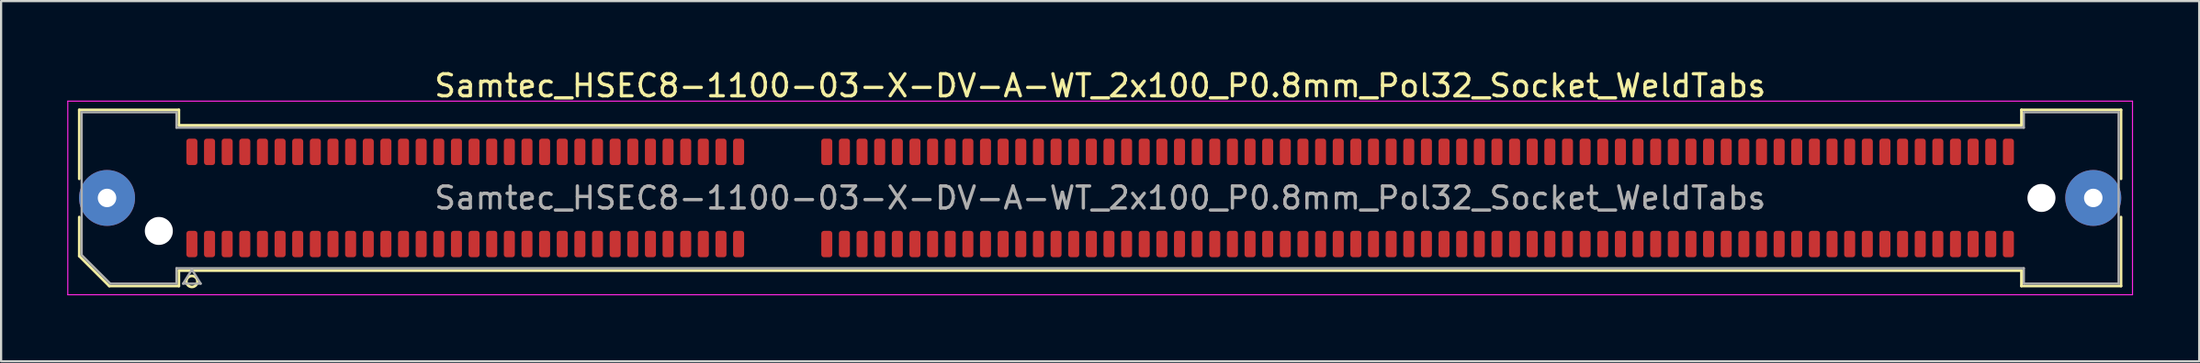
<source format=kicad_pcb>
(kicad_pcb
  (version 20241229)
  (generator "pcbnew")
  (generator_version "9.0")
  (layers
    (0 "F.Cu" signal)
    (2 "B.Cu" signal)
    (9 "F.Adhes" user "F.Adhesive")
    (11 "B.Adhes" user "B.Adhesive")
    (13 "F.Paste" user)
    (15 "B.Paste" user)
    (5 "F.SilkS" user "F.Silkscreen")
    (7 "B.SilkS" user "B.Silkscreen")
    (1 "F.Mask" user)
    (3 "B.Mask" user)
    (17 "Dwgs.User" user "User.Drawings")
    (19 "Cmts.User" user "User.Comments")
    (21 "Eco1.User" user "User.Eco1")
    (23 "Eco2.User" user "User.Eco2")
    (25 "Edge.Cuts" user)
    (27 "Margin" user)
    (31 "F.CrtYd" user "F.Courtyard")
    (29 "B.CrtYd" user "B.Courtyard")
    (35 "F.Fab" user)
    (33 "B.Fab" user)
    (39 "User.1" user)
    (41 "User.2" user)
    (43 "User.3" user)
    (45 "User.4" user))
  (footprint "Samtec_HSEC8-1100-03-X-DV-A-WT_2x100_P0.8mm_Pol32_Socket_WeldTabs"
    (layer "F.Cu")
    (at 46.855 5.948)
    (property "Reference" "Samtec_HSEC8-1100-03-X-DV-A-WT_2x100_P0.8mm_Pol32_Socket_WeldTabs" (at 0 -5.1 0) (layer "F.SilkS") (effects (font (size 1 1) (thickness 0.15))))
    (attr smd)
    (fp_line (start -46.31 -4.005) (end -41.79 -4.005) (stroke (width 0.12) (type solid)) (layer "F.SilkS"))
    (fp_line (start -46.31 -0.868) (end -46.31 -4.005) (stroke (width 0.12) (type solid)) (layer "F.SilkS"))
    (fp_line (start -46.31 2.641) (end -46.31 0.868) (stroke (width 0.12) (type solid)) (layer "F.SilkS"))
    (fp_line (start -44.946 4.005) (end -46.31 2.641) (stroke (width 0.12) (type solid)) (layer "F.SilkS"))
    (fp_line (start -41.79 -4.005) (end -41.79 -3.305) (stroke (width 0.12) (type solid)) (layer "F.SilkS"))
    (fp_line (start -41.79 -3.305) (end 41.79 -3.305) (stroke (width 0.12) (type solid)) (layer "F.SilkS"))
    (fp_line (start -41.79 3.305) (end -41.79 4.005) (stroke (width 0.12) (type solid)) (layer "F.SilkS"))
    (fp_line (start -41.79 4.005) (end -44.946 4.005) (stroke (width 0.12) (type solid)) (layer "F.SilkS"))
    (fp_line (start 41.79 -4.005) (end 46.31 -4.005) (stroke (width 0.12) (type solid)) (layer "F.SilkS"))
    (fp_line (start 41.79 -3.305) (end 41.79 -4.005) (stroke (width 0.12) (type solid)) (layer "F.SilkS"))
    (fp_line (start 41.79 3.305) (end -41.79 3.305) (stroke (width 0.12) (type solid)) (layer "F.SilkS"))
    (fp_line (start 41.79 4.005) (end 41.79 3.305) (stroke (width 0.12) (type solid)) (layer "F.SilkS"))
    (fp_line (start 46.31 -4.005) (end 46.31 -0.868) (stroke (width 0.12) (type solid)) (layer "F.SilkS"))
    (fp_line (start 46.31 0.868) (end 46.31 4.005) (stroke (width 0.12) (type solid)) (layer "F.SilkS"))
    (fp_line (start 46.31 4.005) (end 41.79 4.005) (stroke (width 0.12) (type solid)) (layer "F.SilkS"))
    (fp_arc (start -40.95 3.795) (mid -41.45 3.795) (end -40.95 3.795) (stroke (width 0.12) (type solid)) (layer "F.SilkS"))
    (fp_line (start -46.83 -4.4) (end -46.83 4.4) (stroke (width 0.05) (type solid)) (layer "F.CrtYd"))
    (fp_line (start -46.83 4.4) (end 46.83 4.4) (stroke (width 0.05) (type solid)) (layer "F.CrtYd"))
    (fp_line (start 46.83 -4.4) (end -46.83 -4.4) (stroke (width 0.05) (type solid)) (layer "F.CrtYd"))
    (fp_line (start 46.83 4.4) (end 46.83 -4.4) (stroke (width 0.05) (type solid)) (layer "F.CrtYd"))
    (fp_line (start -46.2 -3.895) (end -41.9 -3.895) (stroke (width 0.1) (type solid)) (layer "F.Fab"))
    (fp_line (start -46.2 2.595) (end -46.2 -3.895) (stroke (width 0.1) (type solid)) (layer "F.Fab"))
    (fp_line (start -44.9 3.895) (end -46.2 2.595) (stroke (width 0.1) (type solid)) (layer "F.Fab"))
    (fp_line (start -41.9 -3.895) (end -41.9 -3.195) (stroke (width 0.1) (type solid)) (layer "F.Fab"))
    (fp_line (start -41.9 -3.195) (end 41.9 -3.195) (stroke (width 0.1) (type solid)) (layer "F.Fab"))
    (fp_line (start -41.9 3.195) (end -41.9 3.895) (stroke (width 0.1) (type solid)) (layer "F.Fab"))
    (fp_line (start -41.9 3.895) (end -44.9 3.895) (stroke (width 0.1) (type solid)) (layer "F.Fab"))
    (fp_line (start -41.6 3.895) (end -41.2 3.255) (stroke (width 0.1) (type solid)) (layer "F.Fab"))
    (fp_line (start -41.2 3.255) (end -40.8 3.895) (stroke (width 0.1) (type solid)) (layer "F.Fab"))
    (fp_line (start -40.8 3.895) (end -41.6 3.895) (stroke (width 0.1) (type solid)) (layer "F.Fab"))
    (fp_line (start 41.9 -3.895) (end 46.2 -3.895) (stroke (width 0.1) (type solid)) (layer "F.Fab"))
    (fp_line (start 41.9 -3.195) (end 41.9 -3.895) (stroke (width 0.1) (type solid)) (layer "F.Fab"))
    (fp_line (start 41.9 3.195) (end -41.9 3.195) (stroke (width 0.1) (type solid)) (layer "F.Fab"))
    (fp_line (start 41.9 3.895) (end 41.9 3.195) (stroke (width 0.1) (type solid)) (layer "F.Fab"))
    (fp_line (start 46.2 -3.895) (end 46.2 3.895) (stroke (width 0.1) (type solid)) (layer "F.Fab"))
    (fp_line (start 46.2 3.895) (end 41.9 3.895) (stroke (width 0.1) (type solid)) (layer "F.Fab"))
    (fp_text user "${REFERENCE}" (at 0 0 0) (layer "F.Fab") (effects (font (size 1 1) (thickness 0.15))))
    (pad "" thru_hole circle (at -45.05 0) (size 2.54 2.54) (drill 0.84) (layers "*.Cu" "*.Mask" "F.Paste"))
    (pad "" np_thru_hole circle (at -42.7 1.5) (size 1.27 1.27) (drill 1.27) (layers "*.Cu" "*.Mask"))
    (pad "" np_thru_hole circle (at 42.7 0) (size 1.27 1.27) (drill 1.27) (layers "*.Cu" "*.Mask"))
    (pad "" thru_hole circle (at 45.05 0) (size 2.54 2.54) (drill 0.84) (layers "*.Cu" "*.Mask" "F.Paste"))
    (pad "1" smd roundrect (at -41.2 2.095) (size 0.5 1.2) (layers "F.Cu" "F.Mask" "F.Paste") (roundrect_rratio 0.25))
    (pad "2" smd roundrect (at -41.2 -2.095) (size 0.5 1.2) (layers "F.Cu" "F.Mask" "F.Paste") (roundrect_rratio 0.25))
    (pad "3" smd roundrect (at -40.4 2.095) (size 0.5 1.2) (layers "F.Cu" "F.Mask" "F.Paste") (roundrect_rratio 0.25))
    (pad "4" smd roundrect (at -40.4 -2.095) (size 0.5 1.2) (layers "F.Cu" "F.Mask" "F.Paste") (roundrect_rratio 0.25))
    (pad "5" smd roundrect (at -39.6 2.095) (size 0.5 1.2) (layers "F.Cu" "F.Mask" "F.Paste") (roundrect_rratio 0.25))
    (pad "6" smd roundrect (at -39.6 -2.095) (size 0.5 1.2) (layers "F.Cu" "F.Mask" "F.Paste") (roundrect_rratio 0.25))
    (pad "7" smd roundrect (at -38.8 2.095) (size 0.5 1.2) (layers "F.Cu" "F.Mask" "F.Paste") (roundrect_rratio 0.25))
    (pad "8" smd roundrect (at -38.8 -2.095) (size 0.5 1.2) (layers "F.Cu" "F.Mask" "F.Paste") (roundrect_rratio 0.25))
    (pad "9" smd roundrect (at -38 2.095) (size 0.5 1.2) (layers "F.Cu" "F.Mask" "F.Paste") (roundrect_rratio 0.25))
    (pad "10" smd roundrect (at -38 -2.095) (size 0.5 1.2) (layers "F.Cu" "F.Mask" "F.Paste") (roundrect_rratio 0.25))
    (pad "11" smd roundrect (at -37.2 2.095) (size 0.5 1.2) (layers "F.Cu" "F.Mask" "F.Paste") (roundrect_rratio 0.25))
    (pad "12" smd roundrect (at -37.2 -2.095) (size 0.5 1.2) (layers "F.Cu" "F.Mask" "F.Paste") (roundrect_rratio 0.25))
    (pad "13" smd roundrect (at -36.4 2.095) (size 0.5 1.2) (layers "F.Cu" "F.Mask" "F.Paste") (roundrect_rratio 0.25))
    (pad "14" smd roundrect (at -36.4 -2.095) (size 0.5 1.2) (layers "F.Cu" "F.Mask" "F.Paste") (roundrect_rratio 0.25))
    (pad "15" smd roundrect (at -35.6 2.095) (size 0.5 1.2) (layers "F.Cu" "F.Mask" "F.Paste") (roundrect_rratio 0.25))
    (pad "16" smd roundrect (at -35.6 -2.095) (size 0.5 1.2) (layers "F.Cu" "F.Mask" "F.Paste") (roundrect_rratio 0.25))
    (pad "17" smd roundrect (at -34.8 2.095) (size 0.5 1.2) (layers "F.Cu" "F.Mask" "F.Paste") (roundrect_rratio 0.25))
    (pad "18" smd roundrect (at -34.8 -2.095) (size 0.5 1.2) (layers "F.Cu" "F.Mask" "F.Paste") (roundrect_rratio 0.25))
    (pad "19" smd roundrect (at -34 2.095) (size 0.5 1.2) (layers "F.Cu" "F.Mask" "F.Paste") (roundrect_rratio 0.25))
    (pad "20" smd roundrect (at -34 -2.095) (size 0.5 1.2) (layers "F.Cu" "F.Mask" "F.Paste") (roundrect_rratio 0.25))
    (pad "21" smd roundrect (at -33.2 2.095) (size 0.5 1.2) (layers "F.Cu" "F.Mask" "F.Paste") (roundrect_rratio 0.25))
    (pad "22" smd roundrect (at -33.2 -2.095) (size 0.5 1.2) (layers "F.Cu" "F.Mask" "F.Paste") (roundrect_rratio 0.25))
    (pad "23" smd roundrect (at -32.4 2.095) (size 0.5 1.2) (layers "F.Cu" "F.Mask" "F.Paste") (roundrect_rratio 0.25))
    (pad "24" smd roundrect (at -32.4 -2.095) (size 0.5 1.2) (layers "F.Cu" "F.Mask" "F.Paste") (roundrect_rratio 0.25))
    (pad "25" smd roundrect (at -31.6 2.095) (size 0.5 1.2) (layers "F.Cu" "F.Mask" "F.Paste") (roundrect_rratio 0.25))
    (pad "26" smd roundrect (at -31.6 -2.095) (size 0.5 1.2) (layers "F.Cu" "F.Mask" "F.Paste") (roundrect_rratio 0.25))
    (pad "27" smd roundrect (at -30.8 2.095) (size 0.5 1.2) (layers "F.Cu" "F.Mask" "F.Paste") (roundrect_rratio 0.25))
    (pad "28" smd roundrect (at -30.8 -2.095) (size 0.5 1.2) (layers "F.Cu" "F.Mask" "F.Paste") (roundrect_rratio 0.25))
    (pad "29" smd roundrect (at -30 2.095) (size 0.5 1.2) (layers "F.Cu" "F.Mask" "F.Paste") (roundrect_rratio 0.25))
    (pad "30" smd roundrect (at -30 -2.095) (size 0.5 1.2) (layers "F.Cu" "F.Mask" "F.Paste") (roundrect_rratio 0.25))
    (pad "31" smd roundrect (at -29.2 2.095) (size 0.5 1.2) (layers "F.Cu" "F.Mask" "F.Paste") (roundrect_rratio 0.25))
    (pad "32" smd roundrect (at -29.2 -2.095) (size 0.5 1.2) (layers "F.Cu" "F.Mask" "F.Paste") (roundrect_rratio 0.25))
    (pad "33" smd roundrect (at -28.4 2.095) (size 0.5 1.2) (layers "F.Cu" "F.Mask" "F.Paste") (roundrect_rratio 0.25))
    (pad "34" smd roundrect (at -28.4 -2.095) (size 0.5 1.2) (layers "F.Cu" "F.Mask" "F.Paste") (roundrect_rratio 0.25))
    (pad "35" smd roundrect (at -27.6 2.095) (size 0.5 1.2) (layers "F.Cu" "F.Mask" "F.Paste") (roundrect_rratio 0.25))
    (pad "36" smd roundrect (at -27.6 -2.095) (size 0.5 1.2) (layers "F.Cu" "F.Mask" "F.Paste") (roundrect_rratio 0.25))
    (pad "37" smd roundrect (at -26.8 2.095) (size 0.5 1.2) (layers "F.Cu" "F.Mask" "F.Paste") (roundrect_rratio 0.25))
    (pad "38" smd roundrect (at -26.8 -2.095) (size 0.5 1.2) (layers "F.Cu" "F.Mask" "F.Paste") (roundrect_rratio 0.25))
    (pad "39" smd roundrect (at -26 2.095) (size 0.5 1.2) (layers "F.Cu" "F.Mask" "F.Paste") (roundrect_rratio 0.25))
    (pad "40" smd roundrect (at -26 -2.095) (size 0.5 1.2) (layers "F.Cu" "F.Mask" "F.Paste") (roundrect_rratio 0.25))
    (pad "41" smd roundrect (at -25.2 2.095) (size 0.5 1.2) (layers "F.Cu" "F.Mask" "F.Paste") (roundrect_rratio 0.25))
    (pad "42" smd roundrect (at -25.2 -2.095) (size 0.5 1.2) (layers "F.Cu" "F.Mask" "F.Paste") (roundrect_rratio 0.25))
    (pad "43" smd roundrect (at -24.4 2.095) (size 0.5 1.2) (layers "F.Cu" "F.Mask" "F.Paste") (roundrect_rratio 0.25))
    (pad "44" smd roundrect (at -24.4 -2.095) (size 0.5 1.2) (layers "F.Cu" "F.Mask" "F.Paste") (roundrect_rratio 0.25))
    (pad "45" smd roundrect (at -23.6 2.095) (size 0.5 1.2) (layers "F.Cu" "F.Mask" "F.Paste") (roundrect_rratio 0.25))
    (pad "46" smd roundrect (at -23.6 -2.095) (size 0.5 1.2) (layers "F.Cu" "F.Mask" "F.Paste") (roundrect_rratio 0.25))
    (pad "47" smd roundrect (at -22.8 2.095) (size 0.5 1.2) (layers "F.Cu" "F.Mask" "F.Paste") (roundrect_rratio 0.25))
    (pad "48" smd roundrect (at -22.8 -2.095) (size 0.5 1.2) (layers "F.Cu" "F.Mask" "F.Paste") (roundrect_rratio 0.25))
    (pad "49" smd roundrect (at -22 2.095) (size 0.5 1.2) (layers "F.Cu" "F.Mask" "F.Paste") (roundrect_rratio 0.25))
    (pad "50" smd roundrect (at -22 -2.095) (size 0.5 1.2) (layers "F.Cu" "F.Mask" "F.Paste") (roundrect_rratio 0.25))
    (pad "51" smd roundrect (at -21.2 2.095) (size 0.5 1.2) (layers "F.Cu" "F.Mask" "F.Paste") (roundrect_rratio 0.25))
    (pad "52" smd roundrect (at -21.2 -2.095) (size 0.5 1.2) (layers "F.Cu" "F.Mask" "F.Paste") (roundrect_rratio 0.25))
    (pad "53" smd roundrect (at -20.4 2.095) (size 0.5 1.2) (layers "F.Cu" "F.Mask" "F.Paste") (roundrect_rratio 0.25))
    (pad "54" smd roundrect (at -20.4 -2.095) (size 0.5 1.2) (layers "F.Cu" "F.Mask" "F.Paste") (roundrect_rratio 0.25))
    (pad "55" smd roundrect (at -19.6 2.095) (size 0.5 1.2) (layers "F.Cu" "F.Mask" "F.Paste") (roundrect_rratio 0.25))
    (pad "56" smd roundrect (at -19.6 -2.095) (size 0.5 1.2) (layers "F.Cu" "F.Mask" "F.Paste") (roundrect_rratio 0.25))
    (pad "57" smd roundrect (at -18.8 2.095) (size 0.5 1.2) (layers "F.Cu" "F.Mask" "F.Paste") (roundrect_rratio 0.25))
    (pad "58" smd roundrect (at -18.8 -2.095) (size 0.5 1.2) (layers "F.Cu" "F.Mask" "F.Paste") (roundrect_rratio 0.25))
    (pad "59" smd roundrect (at -18 2.095) (size 0.5 1.2) (layers "F.Cu" "F.Mask" "F.Paste") (roundrect_rratio 0.25))
    (pad "60" smd roundrect (at -18 -2.095) (size 0.5 1.2) (layers "F.Cu" "F.Mask" "F.Paste") (roundrect_rratio 0.25))
    (pad "61" smd roundrect (at -17.2 2.095) (size 0.5 1.2) (layers "F.Cu" "F.Mask" "F.Paste") (roundrect_rratio 0.25))
    (pad "62" smd roundrect (at -17.2 -2.095) (size 0.5 1.2) (layers "F.Cu" "F.Mask" "F.Paste") (roundrect_rratio 0.25))
    (pad "63" smd roundrect (at -16.4 2.095) (size 0.5 1.2) (layers "F.Cu" "F.Mask" "F.Paste") (roundrect_rratio 0.25))
    (pad "64" smd roundrect (at -16.4 -2.095) (size 0.5 1.2) (layers "F.Cu" "F.Mask" "F.Paste") (roundrect_rratio 0.25))
    (pad "65" smd roundrect (at -12.4 2.095) (size 0.5 1.2) (layers "F.Cu" "F.Mask" "F.Paste") (roundrect_rratio 0.25))
    (pad "66" smd roundrect (at -12.4 -2.095) (size 0.5 1.2) (layers "F.Cu" "F.Mask" "F.Paste") (roundrect_rratio 0.25))
    (pad "67" smd roundrect (at -11.6 2.095) (size 0.5 1.2) (layers "F.Cu" "F.Mask" "F.Paste") (roundrect_rratio 0.25))
    (pad "68" smd roundrect (at -11.6 -2.095) (size 0.5 1.2) (layers "F.Cu" "F.Mask" "F.Paste") (roundrect_rratio 0.25))
    (pad "69" smd roundrect (at -10.8 2.095) (size 0.5 1.2) (layers "F.Cu" "F.Mask" "F.Paste") (roundrect_rratio 0.25))
    (pad "70" smd roundrect (at -10.8 -2.095) (size 0.5 1.2) (layers "F.Cu" "F.Mask" "F.Paste") (roundrect_rratio 0.25))
    (pad "71" smd roundrect (at -10 2.095) (size 0.5 1.2) (layers "F.Cu" "F.Mask" "F.Paste") (roundrect_rratio 0.25))
    (pad "72" smd roundrect (at -10 -2.095) (size 0.5 1.2) (layers "F.Cu" "F.Mask" "F.Paste") (roundrect_rratio 0.25))
    (pad "73" smd roundrect (at -9.2 2.095) (size 0.5 1.2) (layers "F.Cu" "F.Mask" "F.Paste") (roundrect_rratio 0.25))
    (pad "74" smd roundrect (at -9.2 -2.095) (size 0.5 1.2) (layers "F.Cu" "F.Mask" "F.Paste") (roundrect_rratio 0.25))
    (pad "75" smd roundrect (at -8.4 2.095) (size 0.5 1.2) (layers "F.Cu" "F.Mask" "F.Paste") (roundrect_rratio 0.25))
    (pad "76" smd roundrect (at -8.4 -2.095) (size 0.5 1.2) (layers "F.Cu" "F.Mask" "F.Paste") (roundrect_rratio 0.25))
    (pad "77" smd roundrect (at -7.6 2.095) (size 0.5 1.2) (layers "F.Cu" "F.Mask" "F.Paste") (roundrect_rratio 0.25))
    (pad "78" smd roundrect (at -7.6 -2.095) (size 0.5 1.2) (layers "F.Cu" "F.Mask" "F.Paste") (roundrect_rratio 0.25))
    (pad "79" smd roundrect (at -6.8 2.095) (size 0.5 1.2) (layers "F.Cu" "F.Mask" "F.Paste") (roundrect_rratio 0.25))
    (pad "80" smd roundrect (at -6.8 -2.095) (size 0.5 1.2) (layers "F.Cu" "F.Mask" "F.Paste") (roundrect_rratio 0.25))
    (pad "81" smd roundrect (at -6 2.095) (size 0.5 1.2) (layers "F.Cu" "F.Mask" "F.Paste") (roundrect_rratio 0.25))
    (pad "82" smd roundrect (at -6 -2.095) (size 0.5 1.2) (layers "F.Cu" "F.Mask" "F.Paste") (roundrect_rratio 0.25))
    (pad "83" smd roundrect (at -5.2 2.095) (size 0.5 1.2) (layers "F.Cu" "F.Mask" "F.Paste") (roundrect_rratio 0.25))
    (pad "84" smd roundrect (at -5.2 -2.095) (size 0.5 1.2) (layers "F.Cu" "F.Mask" "F.Paste") (roundrect_rratio 0.25))
    (pad "85" smd roundrect (at -4.4 2.095) (size 0.5 1.2) (layers "F.Cu" "F.Mask" "F.Paste") (roundrect_rratio 0.25))
    (pad "86" smd roundrect (at -4.4 -2.095) (size 0.5 1.2) (layers "F.Cu" "F.Mask" "F.Paste") (roundrect_rratio 0.25))
    (pad "87" smd roundrect (at -3.6 2.095) (size 0.5 1.2) (layers "F.Cu" "F.Mask" "F.Paste") (roundrect_rratio 0.25))
    (pad "88" smd roundrect (at -3.6 -2.095) (size 0.5 1.2) (layers "F.Cu" "F.Mask" "F.Paste") (roundrect_rratio 0.25))
    (pad "89" smd roundrect (at -2.8 2.095) (size 0.5 1.2) (layers "F.Cu" "F.Mask" "F.Paste") (roundrect_rratio 0.25))
    (pad "90" smd roundrect (at -2.8 -2.095) (size 0.5 1.2) (layers "F.Cu" "F.Mask" "F.Paste") (roundrect_rratio 0.25))
    (pad "91" smd roundrect (at -2 2.095) (size 0.5 1.2) (layers "F.Cu" "F.Mask" "F.Paste") (roundrect_rratio 0.25))
    (pad "92" smd roundrect (at -2 -2.095) (size 0.5 1.2) (layers "F.Cu" "F.Mask" "F.Paste") (roundrect_rratio 0.25))
    (pad "93" smd roundrect (at -1.2 2.095) (size 0.5 1.2) (layers "F.Cu" "F.Mask" "F.Paste") (roundrect_rratio 0.25))
    (pad "94" smd roundrect (at -1.2 -2.095) (size 0.5 1.2) (layers "F.Cu" "F.Mask" "F.Paste") (roundrect_rratio 0.25))
    (pad "95" smd roundrect (at -0.4 2.095) (size 0.5 1.2) (layers "F.Cu" "F.Mask" "F.Paste") (roundrect_rratio 0.25))
    (pad "96" smd roundrect (at -0.4 -2.095) (size 0.5 1.2) (layers "F.Cu" "F.Mask" "F.Paste") (roundrect_rratio 0.25))
    (pad "97" smd roundrect (at 0.4 2.095) (size 0.5 1.2) (layers "F.Cu" "F.Mask" "F.Paste") (roundrect_rratio 0.25))
    (pad "98" smd roundrect (at 0.4 -2.095) (size 0.5 1.2) (layers "F.Cu" "F.Mask" "F.Paste") (roundrect_rratio 0.25))
    (pad "99" smd roundrect (at 1.2 2.095) (size 0.5 1.2) (layers "F.Cu" "F.Mask" "F.Paste") (roundrect_rratio 0.25))
    (pad "100" smd roundrect (at 1.2 -2.095) (size 0.5 1.2) (layers "F.Cu" "F.Mask" "F.Paste") (roundrect_rratio 0.25))
    (pad "101" smd roundrect (at 2 2.095) (size 0.5 1.2) (layers "F.Cu" "F.Mask" "F.Paste") (roundrect_rratio 0.25))
    (pad "102" smd roundrect (at 2 -2.095) (size 0.5 1.2) (layers "F.Cu" "F.Mask" "F.Paste") (roundrect_rratio 0.25))
    (pad "103" smd roundrect (at 2.8 2.095) (size 0.5 1.2) (layers "F.Cu" "F.Mask" "F.Paste") (roundrect_rratio 0.25))
    (pad "104" smd roundrect (at 2.8 -2.095) (size 0.5 1.2) (layers "F.Cu" "F.Mask" "F.Paste") (roundrect_rratio 0.25))
    (pad "105" smd roundrect (at 3.6 2.095) (size 0.5 1.2) (layers "F.Cu" "F.Mask" "F.Paste") (roundrect_rratio 0.25))
    (pad "106" smd roundrect (at 3.6 -2.095) (size 0.5 1.2) (layers "F.Cu" "F.Mask" "F.Paste") (roundrect_rratio 0.25))
    (pad "107" smd roundrect (at 4.4 2.095) (size 0.5 1.2) (layers "F.Cu" "F.Mask" "F.Paste") (roundrect_rratio 0.25))
    (pad "108" smd roundrect (at 4.4 -2.095) (size 0.5 1.2) (layers "F.Cu" "F.Mask" "F.Paste") (roundrect_rratio 0.25))
    (pad "109" smd roundrect (at 5.2 2.095) (size 0.5 1.2) (layers "F.Cu" "F.Mask" "F.Paste") (roundrect_rratio 0.25))
    (pad "110" smd roundrect (at 5.2 -2.095) (size 0.5 1.2) (layers "F.Cu" "F.Mask" "F.Paste") (roundrect_rratio 0.25))
    (pad "111" smd roundrect (at 6 2.095) (size 0.5 1.2) (layers "F.Cu" "F.Mask" "F.Paste") (roundrect_rratio 0.25))
    (pad "112" smd roundrect (at 6 -2.095) (size 0.5 1.2) (layers "F.Cu" "F.Mask" "F.Paste") (roundrect_rratio 0.25))
    (pad "113" smd roundrect (at 6.8 2.095) (size 0.5 1.2) (layers "F.Cu" "F.Mask" "F.Paste") (roundrect_rratio 0.25))
    (pad "114" smd roundrect (at 6.8 -2.095) (size 0.5 1.2) (layers "F.Cu" "F.Mask" "F.Paste") (roundrect_rratio 0.25))
    (pad "115" smd roundrect (at 7.6 2.095) (size 0.5 1.2) (layers "F.Cu" "F.Mask" "F.Paste") (roundrect_rratio 0.25))
    (pad "116" smd roundrect (at 7.6 -2.095) (size 0.5 1.2) (layers "F.Cu" "F.Mask" "F.Paste") (roundrect_rratio 0.25))
    (pad "117" smd roundrect (at 8.4 2.095) (size 0.5 1.2) (layers "F.Cu" "F.Mask" "F.Paste") (roundrect_rratio 0.25))
    (pad "118" smd roundrect (at 8.4 -2.095) (size 0.5 1.2) (layers "F.Cu" "F.Mask" "F.Paste") (roundrect_rratio 0.25))
    (pad "119" smd roundrect (at 9.2 2.095) (size 0.5 1.2) (layers "F.Cu" "F.Mask" "F.Paste") (roundrect_rratio 0.25))
    (pad "120" smd roundrect (at 9.2 -2.095) (size 0.5 1.2) (layers "F.Cu" "F.Mask" "F.Paste") (roundrect_rratio 0.25))
    (pad "121" smd roundrect (at 10 2.095) (size 0.5 1.2) (layers "F.Cu" "F.Mask" "F.Paste") (roundrect_rratio 0.25))
    (pad "122" smd roundrect (at 10 -2.095) (size 0.5 1.2) (layers "F.Cu" "F.Mask" "F.Paste") (roundrect_rratio 0.25))
    (pad "123" smd roundrect (at 10.8 2.095) (size 0.5 1.2) (layers "F.Cu" "F.Mask" "F.Paste") (roundrect_rratio 0.25))
    (pad "124" smd roundrect (at 10.8 -2.095) (size 0.5 1.2) (layers "F.Cu" "F.Mask" "F.Paste") (roundrect_rratio 0.25))
    (pad "125" smd roundrect (at 11.6 2.095) (size 0.5 1.2) (layers "F.Cu" "F.Mask" "F.Paste") (roundrect_rratio 0.25))
    (pad "126" smd roundrect (at 11.6 -2.095) (size 0.5 1.2) (layers "F.Cu" "F.Mask" "F.Paste") (roundrect_rratio 0.25))
    (pad "127" smd roundrect (at 12.4 2.095) (size 0.5 1.2) (layers "F.Cu" "F.Mask" "F.Paste") (roundrect_rratio 0.25))
    (pad "128" smd roundrect (at 12.4 -2.095) (size 0.5 1.2) (layers "F.Cu" "F.Mask" "F.Paste") (roundrect_rratio 0.25))
    (pad "129" smd roundrect (at 13.2 2.095) (size 0.5 1.2) (layers "F.Cu" "F.Mask" "F.Paste") (roundrect_rratio 0.25))
    (pad "130" smd roundrect (at 13.2 -2.095) (size 0.5 1.2) (layers "F.Cu" "F.Mask" "F.Paste") (roundrect_rratio 0.25))
    (pad "131" smd roundrect (at 14 2.095) (size 0.5 1.2) (layers "F.Cu" "F.Mask" "F.Paste") (roundrect_rratio 0.25))
    (pad "132" smd roundrect (at 14 -2.095) (size 0.5 1.2) (layers "F.Cu" "F.Mask" "F.Paste") (roundrect_rratio 0.25))
    (pad "133" smd roundrect (at 14.8 2.095) (size 0.5 1.2) (layers "F.Cu" "F.Mask" "F.Paste") (roundrect_rratio 0.25))
    (pad "134" smd roundrect (at 14.8 -2.095) (size 0.5 1.2) (layers "F.Cu" "F.Mask" "F.Paste") (roundrect_rratio 0.25))
    (pad "135" smd roundrect (at 15.6 2.095) (size 0.5 1.2) (layers "F.Cu" "F.Mask" "F.Paste") (roundrect_rratio 0.25))
    (pad "136" smd roundrect (at 15.6 -2.095) (size 0.5 1.2) (layers "F.Cu" "F.Mask" "F.Paste") (roundrect_rratio 0.25))
    (pad "137" smd roundrect (at 16.4 2.095) (size 0.5 1.2) (layers "F.Cu" "F.Mask" "F.Paste") (roundrect_rratio 0.25))
    (pad "138" smd roundrect (at 16.4 -2.095) (size 0.5 1.2) (layers "F.Cu" "F.Mask" "F.Paste") (roundrect_rratio 0.25))
    (pad "139" smd roundrect (at 17.2 2.095) (size 0.5 1.2) (layers "F.Cu" "F.Mask" "F.Paste") (roundrect_rratio 0.25))
    (pad "140" smd roundrect (at 17.2 -2.095) (size 0.5 1.2) (layers "F.Cu" "F.Mask" "F.Paste") (roundrect_rratio 0.25))
    (pad "141" smd roundrect (at 18 2.095) (size 0.5 1.2) (layers "F.Cu" "F.Mask" "F.Paste") (roundrect_rratio 0.25))
    (pad "142" smd roundrect (at 18 -2.095) (size 0.5 1.2) (layers "F.Cu" "F.Mask" "F.Paste") (roundrect_rratio 0.25))
    (pad "143" smd roundrect (at 18.8 2.095) (size 0.5 1.2) (layers "F.Cu" "F.Mask" "F.Paste") (roundrect_rratio 0.25))
    (pad "144" smd roundrect (at 18.8 -2.095) (size 0.5 1.2) (layers "F.Cu" "F.Mask" "F.Paste") (roundrect_rratio 0.25))
    (pad "145" smd roundrect (at 19.6 2.095) (size 0.5 1.2) (layers "F.Cu" "F.Mask" "F.Paste") (roundrect_rratio 0.25))
    (pad "146" smd roundrect (at 19.6 -2.095) (size 0.5 1.2) (layers "F.Cu" "F.Mask" "F.Paste") (roundrect_rratio 0.25))
    (pad "147" smd roundrect (at 20.4 2.095) (size 0.5 1.2) (layers "F.Cu" "F.Mask" "F.Paste") (roundrect_rratio 0.25))
    (pad "148" smd roundrect (at 20.4 -2.095) (size 0.5 1.2) (layers "F.Cu" "F.Mask" "F.Paste") (roundrect_rratio 0.25))
    (pad "149" smd roundrect (at 21.2 2.095) (size 0.5 1.2) (layers "F.Cu" "F.Mask" "F.Paste") (roundrect_rratio 0.25))
    (pad "150" smd roundrect (at 21.2 -2.095) (size 0.5 1.2) (layers "F.Cu" "F.Mask" "F.Paste") (roundrect_rratio 0.25))
    (pad "151" smd roundrect (at 22 2.095) (size 0.5 1.2) (layers "F.Cu" "F.Mask" "F.Paste") (roundrect_rratio 0.25))
    (pad "152" smd roundrect (at 22 -2.095) (size 0.5 1.2) (layers "F.Cu" "F.Mask" "F.Paste") (roundrect_rratio 0.25))
    (pad "153" smd roundrect (at 22.8 2.095) (size 0.5 1.2) (layers "F.Cu" "F.Mask" "F.Paste") (roundrect_rratio 0.25))
    (pad "154" smd roundrect (at 22.8 -2.095) (size 0.5 1.2) (layers "F.Cu" "F.Mask" "F.Paste") (roundrect_rratio 0.25))
    (pad "155" smd roundrect (at 23.6 2.095) (size 0.5 1.2) (layers "F.Cu" "F.Mask" "F.Paste") (roundrect_rratio 0.25))
    (pad "156" smd roundrect (at 23.6 -2.095) (size 0.5 1.2) (layers "F.Cu" "F.Mask" "F.Paste") (roundrect_rratio 0.25))
    (pad "157" smd roundrect (at 24.4 2.095) (size 0.5 1.2) (layers "F.Cu" "F.Mask" "F.Paste") (roundrect_rratio 0.25))
    (pad "158" smd roundrect (at 24.4 -2.095) (size 0.5 1.2) (layers "F.Cu" "F.Mask" "F.Paste") (roundrect_rratio 0.25))
    (pad "159" smd roundrect (at 25.2 2.095) (size 0.5 1.2) (layers "F.Cu" "F.Mask" "F.Paste") (roundrect_rratio 0.25))
    (pad "160" smd roundrect (at 25.2 -2.095) (size 0.5 1.2) (layers "F.Cu" "F.Mask" "F.Paste") (roundrect_rratio 0.25))
    (pad "161" smd roundrect (at 26 2.095) (size 0.5 1.2) (layers "F.Cu" "F.Mask" "F.Paste") (roundrect_rratio 0.25))
    (pad "162" smd roundrect (at 26 -2.095) (size 0.5 1.2) (layers "F.Cu" "F.Mask" "F.Paste") (roundrect_rratio 0.25))
    (pad "163" smd roundrect (at 26.8 2.095) (size 0.5 1.2) (layers "F.Cu" "F.Mask" "F.Paste") (roundrect_rratio 0.25))
    (pad "164" smd roundrect (at 26.8 -2.095) (size 0.5 1.2) (layers "F.Cu" "F.Mask" "F.Paste") (roundrect_rratio 0.25))
    (pad "165" smd roundrect (at 27.6 2.095) (size 0.5 1.2) (layers "F.Cu" "F.Mask" "F.Paste") (roundrect_rratio 0.25))
    (pad "166" smd roundrect (at 27.6 -2.095) (size 0.5 1.2) (layers "F.Cu" "F.Mask" "F.Paste") (roundrect_rratio 0.25))
    (pad "167" smd roundrect (at 28.4 2.095) (size 0.5 1.2) (layers "F.Cu" "F.Mask" "F.Paste") (roundrect_rratio 0.25))
    (pad "168" smd roundrect (at 28.4 -2.095) (size 0.5 1.2) (layers "F.Cu" "F.Mask" "F.Paste") (roundrect_rratio 0.25))
    (pad "169" smd roundrect (at 29.2 2.095) (size 0.5 1.2) (layers "F.Cu" "F.Mask" "F.Paste") (roundrect_rratio 0.25))
    (pad "170" smd roundrect (at 29.2 -2.095) (size 0.5 1.2) (layers "F.Cu" "F.Mask" "F.Paste") (roundrect_rratio 0.25))
    (pad "171" smd roundrect (at 30 2.095) (size 0.5 1.2) (layers "F.Cu" "F.Mask" "F.Paste") (roundrect_rratio 0.25))
    (pad "172" smd roundrect (at 30 -2.095) (size 0.5 1.2) (layers "F.Cu" "F.Mask" "F.Paste") (roundrect_rratio 0.25))
    (pad "173" smd roundrect (at 30.8 2.095) (size 0.5 1.2) (layers "F.Cu" "F.Mask" "F.Paste") (roundrect_rratio 0.25))
    (pad "174" smd roundrect (at 30.8 -2.095) (size 0.5 1.2) (layers "F.Cu" "F.Mask" "F.Paste") (roundrect_rratio 0.25))
    (pad "175" smd roundrect (at 31.6 2.095) (size 0.5 1.2) (layers "F.Cu" "F.Mask" "F.Paste") (roundrect_rratio 0.25))
    (pad "176" smd roundrect (at 31.6 -2.095) (size 0.5 1.2) (layers "F.Cu" "F.Mask" "F.Paste") (roundrect_rratio 0.25))
    (pad "177" smd roundrect (at 32.4 2.095) (size 0.5 1.2) (layers "F.Cu" "F.Mask" "F.Paste") (roundrect_rratio 0.25))
    (pad "178" smd roundrect (at 32.4 -2.095) (size 0.5 1.2) (layers "F.Cu" "F.Mask" "F.Paste") (roundrect_rratio 0.25))
    (pad "179" smd roundrect (at 33.2 2.095) (size 0.5 1.2) (layers "F.Cu" "F.Mask" "F.Paste") (roundrect_rratio 0.25))
    (pad "180" smd roundrect (at 33.2 -2.095) (size 0.5 1.2) (layers "F.Cu" "F.Mask" "F.Paste") (roundrect_rratio 0.25))
    (pad "181" smd roundrect (at 34 2.095) (size 0.5 1.2) (layers "F.Cu" "F.Mask" "F.Paste") (roundrect_rratio 0.25))
    (pad "182" smd roundrect (at 34 -2.095) (size 0.5 1.2) (layers "F.Cu" "F.Mask" "F.Paste") (roundrect_rratio 0.25))
    (pad "183" smd roundrect (at 34.8 2.095) (size 0.5 1.2) (layers "F.Cu" "F.Mask" "F.Paste") (roundrect_rratio 0.25))
    (pad "184" smd roundrect (at 34.8 -2.095) (size 0.5 1.2) (layers "F.Cu" "F.Mask" "F.Paste") (roundrect_rratio 0.25))
    (pad "185" smd roundrect (at 35.6 2.095) (size 0.5 1.2) (layers "F.Cu" "F.Mask" "F.Paste") (roundrect_rratio 0.25))
    (pad "186" smd roundrect (at 35.6 -2.095) (size 0.5 1.2) (layers "F.Cu" "F.Mask" "F.Paste") (roundrect_rratio 0.25))
    (pad "187" smd roundrect (at 36.4 2.095) (size 0.5 1.2) (layers "F.Cu" "F.Mask" "F.Paste") (roundrect_rratio 0.25))
    (pad "188" smd roundrect (at 36.4 -2.095) (size 0.5 1.2) (layers "F.Cu" "F.Mask" "F.Paste") (roundrect_rratio 0.25))
    (pad "189" smd roundrect (at 37.2 2.095) (size 0.5 1.2) (layers "F.Cu" "F.Mask" "F.Paste") (roundrect_rratio 0.25))
    (pad "190" smd roundrect (at 37.2 -2.095) (size 0.5 1.2) (layers "F.Cu" "F.Mask" "F.Paste") (roundrect_rratio 0.25))
    (pad "191" smd roundrect (at 38 2.095) (size 0.5 1.2) (layers "F.Cu" "F.Mask" "F.Paste") (roundrect_rratio 0.25))
    (pad "192" smd roundrect (at 38 -2.095) (size 0.5 1.2) (layers "F.Cu" "F.Mask" "F.Paste") (roundrect_rratio 0.25))
    (pad "193" smd roundrect (at 38.8 2.095) (size 0.5 1.2) (layers "F.Cu" "F.Mask" "F.Paste") (roundrect_rratio 0.25))
    (pad "194" smd roundrect (at 38.8 -2.095) (size 0.5 1.2) (layers "F.Cu" "F.Mask" "F.Paste") (roundrect_rratio 0.25))
    (pad "195" smd roundrect (at 39.6 2.095) (size 0.5 1.2) (layers "F.Cu" "F.Mask" "F.Paste") (roundrect_rratio 0.25))
    (pad "196" smd roundrect (at 39.6 -2.095) (size 0.5 1.2) (layers "F.Cu" "F.Mask" "F.Paste") (roundrect_rratio 0.25))
    (pad "197" smd roundrect (at 40.4 2.095) (size 0.5 1.2) (layers "F.Cu" "F.Mask" "F.Paste") (roundrect_rratio 0.25))
    (pad "198" smd roundrect (at 40.4 -2.095) (size 0.5 1.2) (layers "F.Cu" "F.Mask" "F.Paste") (roundrect_rratio 0.25))
    (pad "199" smd roundrect (at 41.2 2.095) (size 0.5 1.2) (layers "F.Cu" "F.Mask" "F.Paste") (roundrect_rratio 0.25))
    (pad "200" smd roundrect (at 41.2 -2.095) (size 0.5 1.2) (layers "F.Cu" "F.Mask" "F.Paste") (roundrect_rratio 0.25)))
  (gr_rect
    (start -3 -3)
    (end 96.71 13.373)
    (stroke (width 0.1) (type default))
    (fill no)
    (layer "Edge.Cuts")))
</source>
